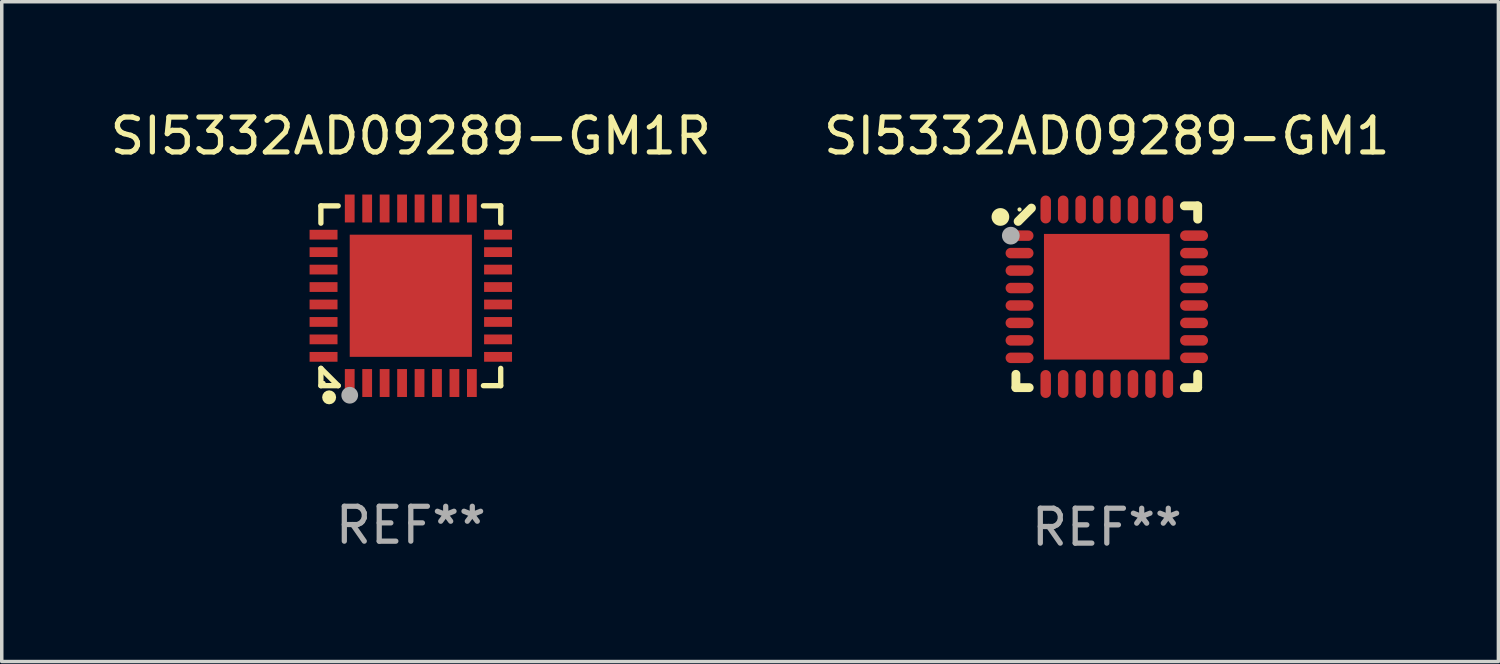
<source format=kicad_pcb>
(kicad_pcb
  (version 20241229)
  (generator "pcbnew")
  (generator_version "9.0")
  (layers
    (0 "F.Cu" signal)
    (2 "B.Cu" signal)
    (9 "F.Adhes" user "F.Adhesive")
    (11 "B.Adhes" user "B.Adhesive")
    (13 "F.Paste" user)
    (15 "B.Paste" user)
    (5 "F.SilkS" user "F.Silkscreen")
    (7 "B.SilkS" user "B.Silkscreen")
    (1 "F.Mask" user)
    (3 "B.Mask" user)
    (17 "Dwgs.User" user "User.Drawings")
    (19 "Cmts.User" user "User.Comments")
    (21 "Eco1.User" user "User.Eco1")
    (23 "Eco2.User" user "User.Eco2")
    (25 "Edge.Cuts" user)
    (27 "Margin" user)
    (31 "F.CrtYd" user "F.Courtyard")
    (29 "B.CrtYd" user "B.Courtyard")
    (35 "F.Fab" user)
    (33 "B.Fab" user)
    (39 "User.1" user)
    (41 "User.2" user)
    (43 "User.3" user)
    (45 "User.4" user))
  (footprint "SI5332AD09289-GM1R"
    (layer "F.Cu")
    (at 8.72 5.424)
    (property "Reference" "SI5332AD09289-GM1R" (at 0 -4.576 0) (layer "F.SilkS") (effects (font (size 1 1) (thickness 0.15))))
    (attr through_hole)
    (fp_line (start -2.576 -2.576) (end -2.08 -2.576) (stroke (width 0.152) (type solid)) (layer "F.SilkS"))
    (fp_line (start -2.576 -2.08) (end -2.576 -2.576) (stroke (width 0.152) (type solid)) (layer "F.SilkS"))
    (fp_line (start -2.576 2.08) (end -2.576 2.576) (stroke (width 0.152) (type solid)) (layer "F.SilkS"))
    (fp_line (start -2.576 2.08) (end -2.08 2.576) (stroke (width 0.152) (type solid)) (layer "F.SilkS"))
    (fp_line (start -2.576 2.576) (end -2.08 2.576) (stroke (width 0.152) (type solid)) (layer "F.SilkS"))
    (fp_line (start 2.576 -2.576) (end 2.08 -2.576) (stroke (width 0.152) (type solid)) (layer "F.SilkS"))
    (fp_line (start 2.576 -2.08) (end 2.576 -2.576) (stroke (width 0.152) (type solid)) (layer "F.SilkS"))
    (fp_line (start 2.576 2.08) (end 2.576 2.576) (stroke (width 0.152) (type solid)) (layer "F.SilkS"))
    (fp_line (start 2.576 2.576) (end 2.08 2.576) (stroke (width 0.152) (type solid)) (layer "F.SilkS"))
    (fp_circle (center -2.5 2.5) (end -2.47 2.5) (stroke (width 0.06) (type solid)) (fill no) (layer "F.SilkS"))
    (fp_circle (center -2.34 2.91) (end -2.24 2.91) (stroke (width 0.2) (type solid)) (fill no) (layer "F.SilkS"))
    (fp_circle (center -1.75 2.85) (end -1.63 2.85) (stroke (width 0.24) (type solid)) (fill no) (layer "F.Fab"))
    (fp_text user "REF**" (at 0 6.576 0) (layer "F.Fab") (effects (font (size 1 1) (thickness 0.15))))
    (pad "1" smd rect (at -1.75 2.5) (size 0.28 0.8) (layers "F.Cu" "F.Mask" "F.Paste"))
    (pad "2" smd rect (at -1.25 2.5) (size 0.28 0.8) (layers "F.Cu" "F.Mask" "F.Paste"))
    (pad "3" smd rect (at -0.75 2.5) (size 0.28 0.8) (layers "F.Cu" "F.Mask" "F.Paste"))
    (pad "4" smd rect (at -0.25 2.5) (size 0.28 0.8) (layers "F.Cu" "F.Mask" "F.Paste"))
    (pad "5" smd rect (at 0.25 2.5) (size 0.28 0.8) (layers "F.Cu" "F.Mask" "F.Paste"))
    (pad "6" smd rect (at 0.75 2.5) (size 0.28 0.8) (layers "F.Cu" "F.Mask" "F.Paste"))
    (pad "7" smd rect (at 1.25 2.5) (size 0.28 0.8) (layers "F.Cu" "F.Mask" "F.Paste"))
    (pad "8" smd rect (at 1.75 2.5) (size 0.28 0.8) (layers "F.Cu" "F.Mask" "F.Paste"))
    (pad "9" smd rect (at 2.5 1.75) (size 0.8 0.28) (layers "F.Cu" "F.Mask" "F.Paste"))
    (pad "10" smd rect (at 2.5 1.25) (size 0.8 0.28) (layers "F.Cu" "F.Mask" "F.Paste"))
    (pad "11" smd rect (at 2.5 0.75) (size 0.8 0.28) (layers "F.Cu" "F.Mask" "F.Paste"))
    (pad "12" smd rect (at 2.5 0.25) (size 0.8 0.28) (layers "F.Cu" "F.Mask" "F.Paste"))
    (pad "13" smd rect (at 2.5 -0.25) (size 0.8 0.28) (layers "F.Cu" "F.Mask" "F.Paste"))
    (pad "14" smd rect (at 2.5 -0.75) (size 0.8 0.28) (layers "F.Cu" "F.Mask" "F.Paste"))
    (pad "15" smd rect (at 2.5 -1.25) (size 0.8 0.28) (layers "F.Cu" "F.Mask" "F.Paste"))
    (pad "16" smd rect (at 2.5 -1.75) (size 0.8 0.28) (layers "F.Cu" "F.Mask" "F.Paste"))
    (pad "17" smd rect (at 1.75 -2.5) (size 0.28 0.8) (layers "F.Cu" "F.Mask" "F.Paste"))
    (pad "18" smd rect (at 1.25 -2.5) (size 0.28 0.8) (layers "F.Cu" "F.Mask" "F.Paste"))
    (pad "19" smd rect (at 0.75 -2.5) (size 0.28 0.8) (layers "F.Cu" "F.Mask" "F.Paste"))
    (pad "20" smd rect (at 0.25 -2.5) (size 0.28 0.8) (layers "F.Cu" "F.Mask" "F.Paste"))
    (pad "21" smd rect (at -0.25 -2.5) (size 0.28 0.8) (layers "F.Cu" "F.Mask" "F.Paste"))
    (pad "22" smd rect (at -0.75 -2.5) (size 0.28 0.8) (layers "F.Cu" "F.Mask" "F.Paste"))
    (pad "23" smd rect (at -1.25 -2.5) (size 0.28 0.8) (layers "F.Cu" "F.Mask" "F.Paste"))
    (pad "24" smd rect (at -1.75 -2.5) (size 0.28 0.8) (layers "F.Cu" "F.Mask" "F.Paste"))
    (pad "25" smd rect (at -2.5 -1.75) (size 0.8 0.28) (layers "F.Cu" "F.Mask" "F.Paste"))
    (pad "26" smd rect (at -2.5 -1.25) (size 0.8 0.28) (layers "F.Cu" "F.Mask" "F.Paste"))
    (pad "27" smd rect (at -2.5 -0.75) (size 0.8 0.28) (layers "F.Cu" "F.Mask" "F.Paste"))
    (pad "28" smd rect (at -2.5 -0.25) (size 0.8 0.28) (layers "F.Cu" "F.Mask" "F.Paste"))
    (pad "29" smd rect (at -2.5 0.25) (size 0.8 0.28) (layers "F.Cu" "F.Mask" "F.Paste"))
    (pad "30" smd rect (at -2.5 0.75) (size 0.8 0.28) (layers "F.Cu" "F.Mask" "F.Paste"))
    (pad "31" smd rect (at -2.5 1.25) (size 0.8 0.28) (layers "F.Cu" "F.Mask" "F.Paste"))
    (pad "32" smd rect (at -2.5 1.75) (size 0.8 0.28) (layers "F.Cu" "F.Mask" "F.Paste"))
    (pad "33" smd rect (at 0 0) (size 3.5 3.5) (layers "F.Cu" "F.Mask" "F.Paste")))
  (footprint "SI5332AD09289-GM1"
    (layer "F.Cu")
    (at 28.661 5.452)
    (property "Reference" "SI5332AD09289-GM1" (at 0 -4.604 0) (layer "F.SilkS") (effects (font (size 1 1) (thickness 0.15))))
    (attr through_hole)
    (fp_line (start -2.604 2.223) (end -2.604 2.604) (stroke (width 0.254) (type solid)) (layer "F.SilkS"))
    (fp_line (start -2.604 2.604) (end -2.223 2.604) (stroke (width 0.254) (type solid)) (layer "F.SilkS"))
    (fp_line (start -2.159 -2.54) (end -2.54 -2.159) (stroke (width 0.254) (type solid)) (layer "F.SilkS"))
    (fp_line (start 2.223 2.604) (end 2.604 2.604) (stroke (width 0.254) (type solid)) (layer "F.SilkS"))
    (fp_line (start 2.604 -2.604) (end 2.223 -2.604) (stroke (width 0.254) (type solid)) (layer "F.SilkS"))
    (fp_line (start 2.604 -2.223) (end 2.604 -2.604) (stroke (width 0.254) (type solid)) (layer "F.SilkS"))
    (fp_line (start 2.604 2.604) (end 2.604 2.223) (stroke (width 0.254) (type solid)) (layer "F.SilkS"))
    (fp_circle (center -3.048 -2.286) (end -2.921 -2.286) (stroke (width 0.254) (type solid)) (fill no) (layer "F.SilkS"))
    (fp_circle (center -2.5 -2.5) (end -2.47 -2.5) (stroke (width 0.06) (type solid)) (fill no) (layer "F.SilkS"))
    (fp_circle (center -2.75 -1.75) (end -2.623 -1.75) (stroke (width 0.254) (type solid)) (fill no) (layer "F.Fab"))
    (fp_text user "REF**" (at 0 6.604 0) (layer "F.Fab") (effects (font (size 1 1) (thickness 0.15))))
    (pad "1" smd oval (at -2.5 -1.75) (size 0.8 0.3) (layers "F.Cu" "F.Mask" "F.Paste"))
    (pad "2" smd oval (at -2.5 -1.25) (size 0.8 0.3) (layers "F.Cu" "F.Mask" "F.Paste"))
    (pad "3" smd oval (at -2.5 -0.75) (size 0.8 0.3) (layers "F.Cu" "F.Mask" "F.Paste"))
    (pad "4" smd oval (at -2.5 -0.25) (size 0.8 0.3) (layers "F.Cu" "F.Mask" "F.Paste"))
    (pad "5" smd oval (at -2.5 0.25) (size 0.8 0.3) (layers "F.Cu" "F.Mask" "F.Paste"))
    (pad "6" smd oval (at -2.5 0.75) (size 0.8 0.3) (layers "F.Cu" "F.Mask" "F.Paste"))
    (pad "7" smd oval (at -2.5 1.25) (size 0.8 0.3) (layers "F.Cu" "F.Mask" "F.Paste"))
    (pad "8" smd oval (at -2.5 1.75) (size 0.8 0.3) (layers "F.Cu" "F.Mask" "F.Paste"))
    (pad "9" smd oval (at -1.75 2.5) (size 0.3 0.8) (layers "F.Cu" "F.Mask" "F.Paste"))
    (pad "10" smd oval (at -1.25 2.5) (size 0.3 0.8) (layers "F.Cu" "F.Mask" "F.Paste"))
    (pad "11" smd oval (at -0.75 2.5) (size 0.3 0.8) (layers "F.Cu" "F.Mask" "F.Paste"))
    (pad "12" smd oval (at -0.25 2.5) (size 0.3 0.8) (layers "F.Cu" "F.Mask" "F.Paste"))
    (pad "13" smd oval (at 0.25 2.5) (size 0.3 0.8) (layers "F.Cu" "F.Mask" "F.Paste"))
    (pad "14" smd oval (at 0.75 2.5) (size 0.3 0.8) (layers "F.Cu" "F.Mask" "F.Paste"))
    (pad "15" smd oval (at 1.25 2.5) (size 0.3 0.8) (layers "F.Cu" "F.Mask" "F.Paste"))
    (pad "16" smd oval (at 1.75 2.5) (size 0.3 0.8) (layers "F.Cu" "F.Mask" "F.Paste"))
    (pad "17" smd oval (at 2.5 1.75) (size 0.8 0.3) (layers "F.Cu" "F.Mask" "F.Paste"))
    (pad "18" smd oval (at 2.5 1.25) (size 0.8 0.3) (layers "F.Cu" "F.Mask" "F.Paste"))
    (pad "19" smd oval (at 2.5 0.75) (size 0.8 0.3) (layers "F.Cu" "F.Mask" "F.Paste"))
    (pad "20" smd oval (at 2.5 0.25) (size 0.8 0.3) (layers "F.Cu" "F.Mask" "F.Paste"))
    (pad "21" smd oval (at 2.5 -0.25) (size 0.8 0.3) (layers "F.Cu" "F.Mask" "F.Paste"))
    (pad "22" smd oval (at 2.5 -0.75) (size 0.8 0.3) (layers "F.Cu" "F.Mask" "F.Paste"))
    (pad "23" smd oval (at 2.5 -1.25) (size 0.8 0.3) (layers "F.Cu" "F.Mask" "F.Paste"))
    (pad "24" smd oval (at 2.5 -1.75) (size 0.8 0.3) (layers "F.Cu" "F.Mask" "F.Paste"))
    (pad "25" smd oval (at 1.75 -2.5) (size 0.3 0.8) (layers "F.Cu" "F.Mask" "F.Paste"))
    (pad "26" smd oval (at 1.25 -2.5) (size 0.3 0.8) (layers "F.Cu" "F.Mask" "F.Paste"))
    (pad "27" smd oval (at 0.75 -2.5) (size 0.3 0.8) (layers "F.Cu" "F.Mask" "F.Paste"))
    (pad "28" smd oval (at 0.25 -2.5) (size 0.3 0.8) (layers "F.Cu" "F.Mask" "F.Paste"))
    (pad "29" smd oval (at -0.25 -2.5) (size 0.3 0.8) (layers "F.Cu" "F.Mask" "F.Paste"))
    (pad "30" smd oval (at -0.75 -2.5) (size 0.3 0.8) (layers "F.Cu" "F.Mask" "F.Paste"))
    (pad "31" smd oval (at -1.25 -2.5) (size 0.3 0.8) (layers "F.Cu" "F.Mask" "F.Paste"))
    (pad "32" smd oval (at -1.75 -2.5) (size 0.3 0.8) (layers "F.Cu" "F.Mask" "F.Paste"))
    (pad "33" smd rect (at -0.000076 0) (size 3.6 3.6) (layers "F.Cu" "F.Mask" "F.Paste")))
  (gr_rect
    (start -3 -3)
    (end 39.881 15.904)
    (stroke (width 0.1) (type default))
    (fill no)
    (layer "Edge.Cuts")))
</source>
